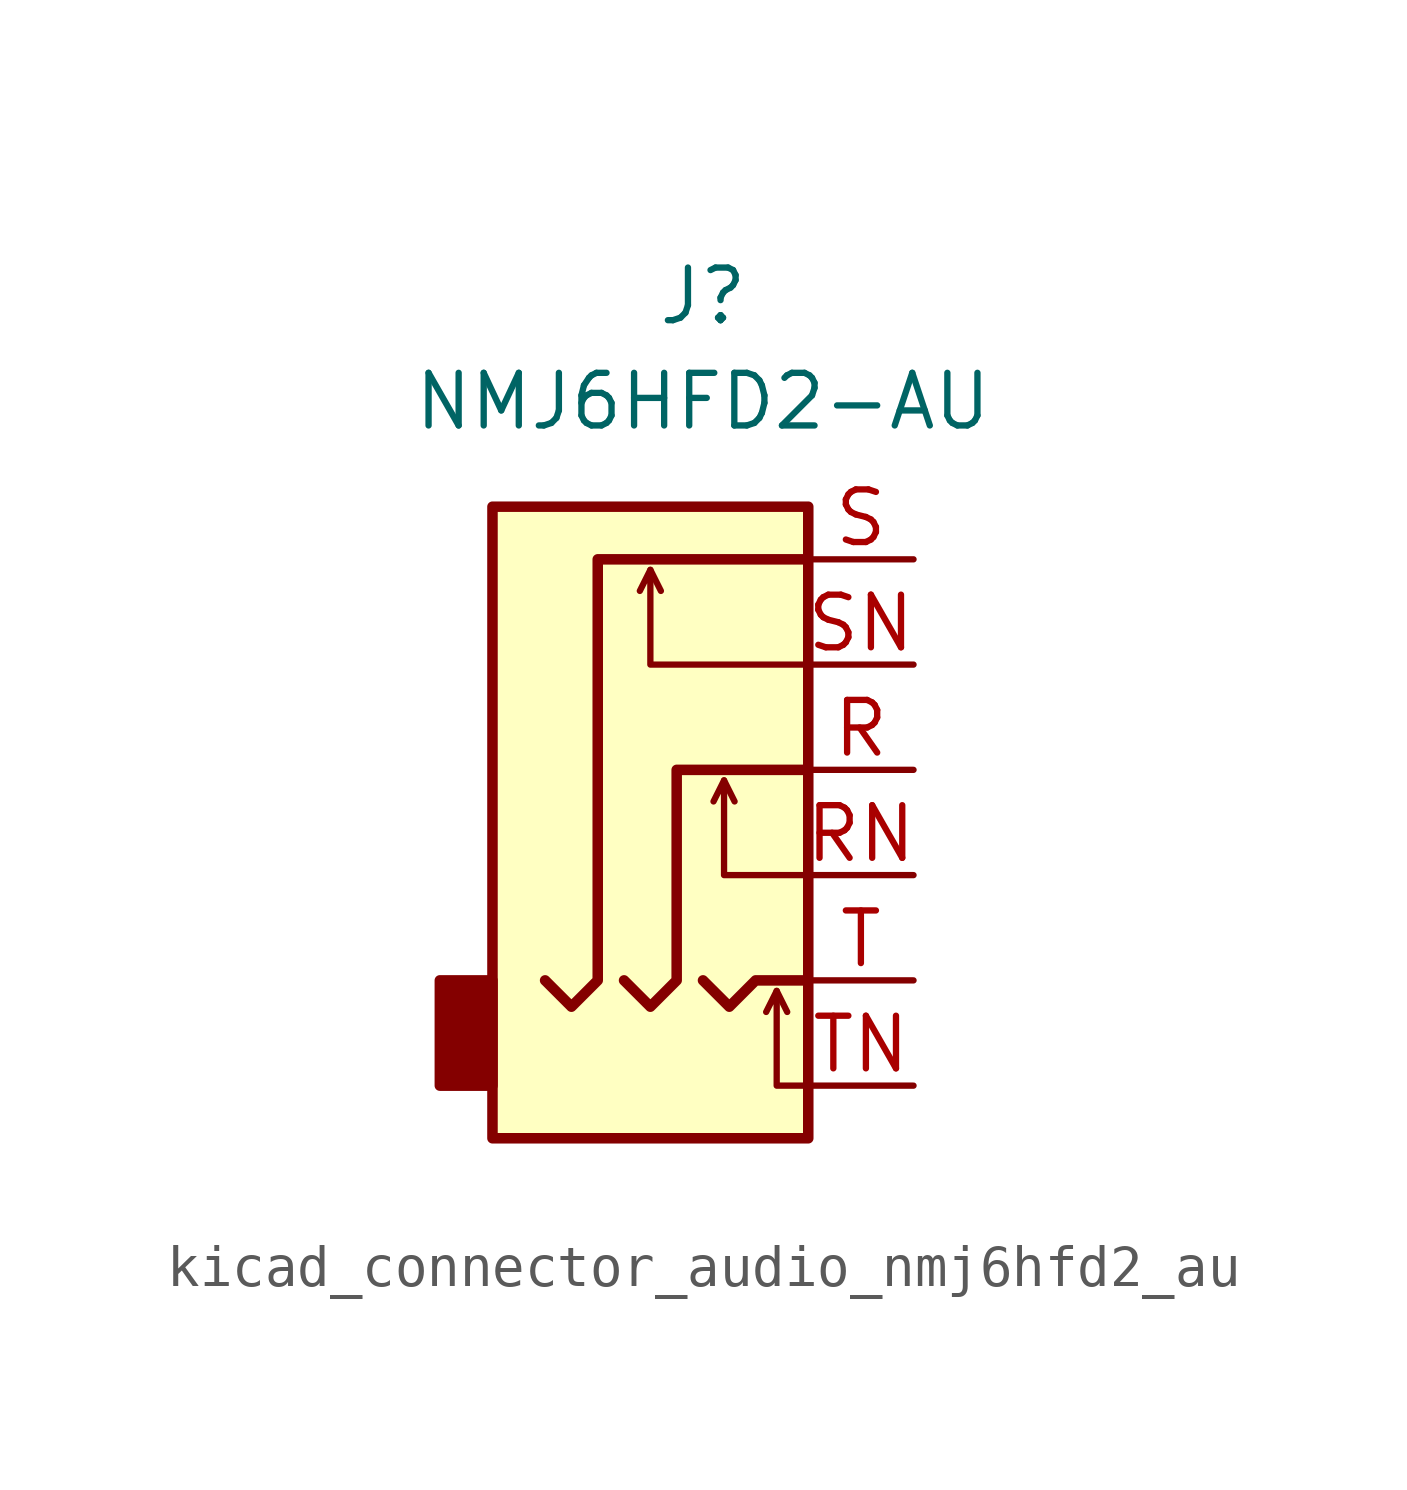
<source format=kicad_sym>
(kicad_symbol_lib
  (version 20220914)
  (generator kicad_symbol_editor)
  (symbol "kicad_connector_audio_nmj6hfd2_au"
    (property "Reference" "J"
      (at 0 11.43 0)
      (effects (font (size 1.27 1.27))))
    (property "Value" "NMJ6HFD2-AU"
      (at 0 8.89 0)
      (effects (font (size 1.27 1.27))))
    (symbol "kicad_connector_audio_nmj6hfd2_au_0_1"
      (rectangle (start -5.08 -5.08) (end -6.35 -7.62) (stroke (width 0.254) (type default)) (fill (type outline)))
      (polyline (pts (xy -1.27 4.826) (xy -1.016 4.318)) (stroke (width 0) (type default)) (fill (type none)))
      (polyline (pts (xy 0.508 -0.254) (xy 0.762 -0.762)) (stroke (width 0) (type default)) (fill (type none)))
      (polyline (pts (xy 1.778 -5.334) (xy 2.032 -5.842)) (stroke (width 0) (type default)) (fill (type none)))
      (polyline (pts (xy 0 -5.08) (xy 0.635 -5.715) (xy 1.27 -5.08) (xy 2.54 -5.08)) (stroke (width 0.254) (type default)) (fill (type none)))
      (polyline (pts (xy 2.54 -7.62) (xy 1.778 -7.62) (xy 1.778 -5.334) (xy 1.524 -5.842)) (stroke (width 0) (type default)) (fill (type none)))
      (polyline (pts (xy 2.54 -2.54) (xy 0.508 -2.54) (xy 0.508 -0.254) (xy 0.254 -0.762)) (stroke (width 0) (type default)) (fill (type none)))
      (polyline (pts (xy 2.54 2.54) (xy -1.27 2.54) (xy -1.27 4.826) (xy -1.524 4.318)) (stroke (width 0) (type default)) (fill (type none)))
      (polyline (pts (xy -1.905 -5.08) (xy -1.27 -5.715) (xy -0.635 -5.08) (xy -0.635 0) (xy 2.54 0)) (stroke (width 0.254) (type default)) (fill (type none)))
      (polyline (pts (xy 2.54 5.08) (xy -2.54 5.08) (xy -2.54 -5.08) (xy -3.175 -5.715) (xy -3.81 -5.08)) (stroke (width 0.254) (type default)) (fill (type none)))
      (rectangle (start 2.54 6.35) (end -5.08 -8.89) (stroke (width 0.254) (type default)) (fill (type background))))
    (symbol "kicad_connector_audio_nmj6hfd2_au_1_1"
      (pin passive line (at 5.08 0 180) (length 2.54) (name "~" (effects (font (size 1.27 1.27)))) (number "R" (effects (font (size 1.27 1.27)))))
      (pin passive line (at 5.08 -2.54 180) (length 2.54) (name "~" (effects (font (size 1.27 1.27)))) (number "RN" (effects (font (size 1.27 1.27)))))
      (pin passive line (at 5.08 5.08 180) (length 2.54) (name "~" (effects (font (size 1.27 1.27)))) (number "S" (effects (font (size 1.27 1.27)))))
      (pin passive line (at 5.08 2.54 180) (length 2.54) (name "~" (effects (font (size 1.27 1.27)))) (number "SN" (effects (font (size 1.27 1.27)))))
      (pin passive line (at 5.08 -5.08 180) (length 2.54) (name "~" (effects (font (size 1.27 1.27)))) (number "T" (effects (font (size 1.27 1.27)))))
      (pin passive line (at 5.08 -7.62 180) (length 2.54) (name "~" (effects (font (size 1.27 1.27)))) (number "TN" (effects (font (size 1.27 1.27))))))))
</source>
